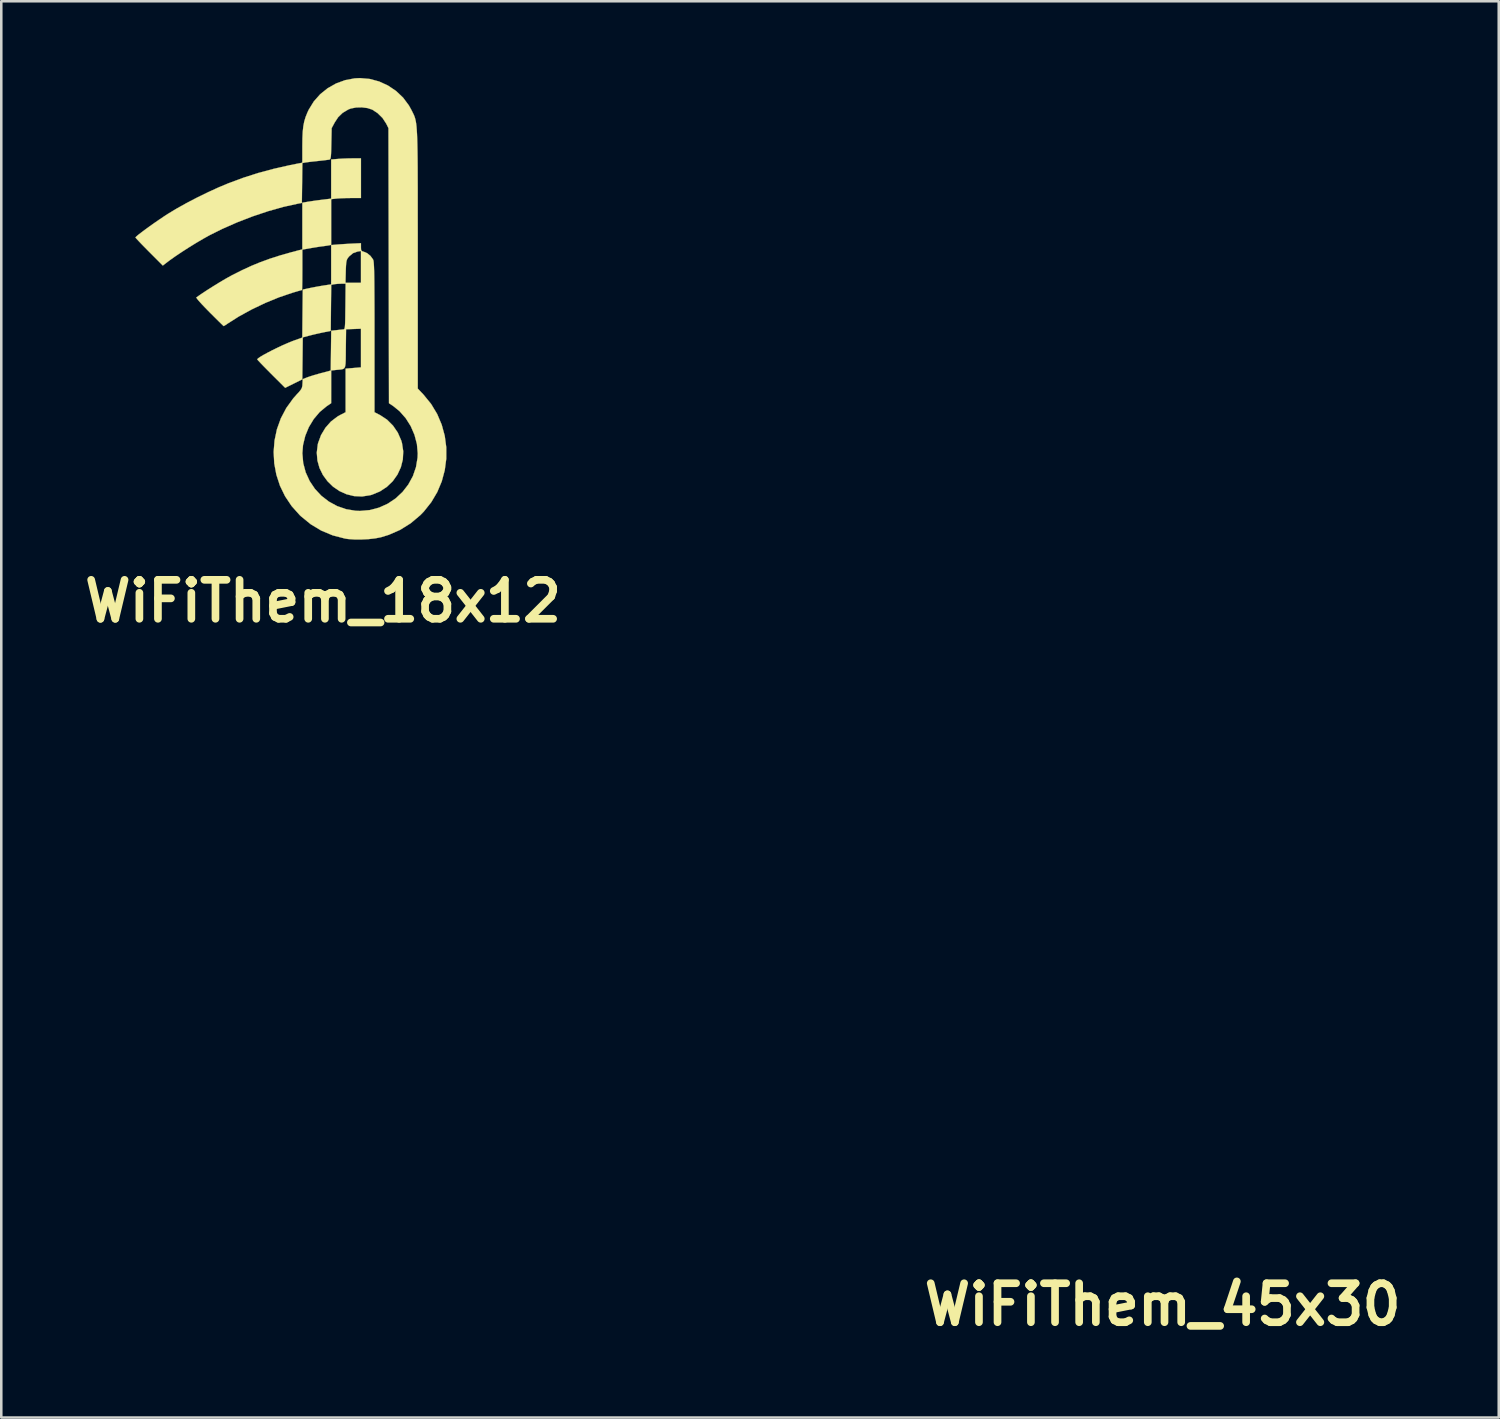
<source format=kicad_pcb>
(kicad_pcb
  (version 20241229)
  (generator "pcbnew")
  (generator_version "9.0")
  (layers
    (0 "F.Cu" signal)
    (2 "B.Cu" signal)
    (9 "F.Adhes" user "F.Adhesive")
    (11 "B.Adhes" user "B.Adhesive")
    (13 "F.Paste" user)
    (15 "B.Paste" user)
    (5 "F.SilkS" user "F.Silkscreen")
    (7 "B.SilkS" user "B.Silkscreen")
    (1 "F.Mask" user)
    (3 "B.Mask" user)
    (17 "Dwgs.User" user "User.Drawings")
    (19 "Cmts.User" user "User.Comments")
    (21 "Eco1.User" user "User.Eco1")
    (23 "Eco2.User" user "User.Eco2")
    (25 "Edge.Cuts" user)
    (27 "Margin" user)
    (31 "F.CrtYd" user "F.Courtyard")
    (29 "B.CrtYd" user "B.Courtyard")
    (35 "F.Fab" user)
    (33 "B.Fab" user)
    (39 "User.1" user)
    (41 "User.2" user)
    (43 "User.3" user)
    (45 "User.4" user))
  (footprint "WiFiThem_18x12"
    (layer "F.Cu")
    (at 8.317 9.035)
    (property "Reference" "WiFiThem_18x12" (at 1.27 11.43 0) (layer "F.SilkS") (effects (font (size 1.524 1.524) (thickness 0.3))))
    (attr through_hole)
    (fp_poly (pts (xy 2.752 -4.339) (xy 2.355 -4.339) (xy 2.172 -4.337) (xy 1.994 -4.331) (xy 1.845 -4.323) (xy 1.773 -4.316) (xy 1.587 -4.294) (xy 1.587 -2.506) (xy 1.508 -2.49) (xy 1.426 -2.476) (xy 1.309 -2.459) (xy 1.252 -2.452) (xy 1.133 -2.436) (xy 0.974 -2.411) (xy 0.806 -2.383) (xy 0.767 -2.376) (xy 0.459 -2.321) (xy 0.459 -1.531) (xy 0.458 -1.303) (xy 0.457 -1.101) (xy 0.454 -0.935) (xy 0.451 -0.814) (xy 0.447 -0.749) (xy 0.446 -0.741) (xy 0.408 -0.731) (xy 0.318 -0.706) (xy 0.19 -0.669) (xy 0.075 -0.635) (xy -0.448 -0.458) (xy -0.987 -0.237) (xy -1.521 0.018) (xy -2.028 0.296) (xy -2.458 0.569) (xy -2.544 0.627) (xy -2.603 0.663) (xy -2.617 0.67) (xy -2.645 0.646) (xy -2.714 0.58) (xy -2.819 0.477) (xy -2.951 0.346) (xy -3.104 0.194) (xy -3.175 0.123) (xy -3.339 -0.045) (xy -3.479 -0.192) (xy -3.587 -0.312) (xy -3.659 -0.399) (xy -3.687 -0.445) (xy -3.687 -0.451) (xy -3.501 -0.58) (xy -3.275 -0.73) (xy -3.027 -0.887) (xy -2.776 -1.042) (xy -2.54 -1.181) (xy -2.338 -1.294) (xy -2.293 -1.318) (xy -1.906 -1.513) (xy -1.541 -1.682) (xy -1.18 -1.831) (xy -0.808 -1.966) (xy -0.408 -2.094) (xy 0.036 -2.22) (xy 0.309 -2.292) (xy 0.459 -2.331) (xy 0.459 -4.156) (xy 0.679 -4.194) (xy 0.817 -4.215) (xy 0.994 -4.241) (xy 1.179 -4.265) (xy 1.244 -4.273) (xy 1.587 -4.315) (xy 1.587 -5.846) (xy 1.857 -5.869) (xy 2.029 -5.88) (xy 2.231 -5.888) (xy 2.421 -5.891) (xy 2.439 -5.891) (xy 2.752 -5.891) (xy 2.752 -4.339)) (stroke (width 0.01) (type solid)) (fill yes) (layer "F.SilkS"))
    (fp_poly (pts (xy 3.097 -8.996) (xy 3.464 -8.897) (xy 3.809 -8.739) (xy 4.124 -8.527) (xy 4.399 -8.267) (xy 4.626 -7.963) (xy 4.721 -7.792) (xy 4.755 -7.725) (xy 4.785 -7.664) (xy 4.813 -7.607) (xy 4.838 -7.55) (xy 4.86 -7.488) (xy 4.879 -7.419) (xy 4.897 -7.339) (xy 4.912 -7.244) (xy 4.925 -7.131) (xy 4.935 -6.995) (xy 4.945 -6.835) (xy 4.952 -6.645) (xy 4.958 -6.422) (xy 4.963 -6.163) (xy 4.967 -5.865) (xy 4.97 -5.523) (xy 4.971 -5.133) (xy 4.973 -4.694) (xy 4.973 -4.2) (xy 4.973 -3.648) (xy 4.974 -3.035) (xy 4.974 -2.357) (xy 4.974 -1.945) (xy 4.974 3.114) (xy 5.199 3.352) (xy 5.496 3.716) (xy 5.734 4.111) (xy 5.911 4.529) (xy 6.03 4.965) (xy 6.089 5.411) (xy 6.089 5.86) (xy 6.03 6.306) (xy 5.913 6.743) (xy 5.737 7.163) (xy 5.502 7.559) (xy 5.21 7.926) (xy 5.075 8.065) (xy 4.697 8.383) (xy 4.286 8.64) (xy 3.839 8.836) (xy 3.533 8.93) (xy 3.314 8.973) (xy 3.052 9.003) (xy 2.77 9.017) (xy 2.494 9.016) (xy 2.247 8.999) (xy 2.129 8.981) (xy 1.647 8.856) (xy 1.201 8.67) (xy 0.788 8.422) (xy 0.407 8.111) (xy 0.358 8.065) (xy 0.043 7.713) (xy -0.215 7.328) (xy -0.415 6.917) (xy -0.556 6.486) (xy -0.639 6.043) (xy -0.663 5.594) (xy -0.628 5.147) (xy -0.535 4.706) (xy -0.382 4.281) (xy -0.169 3.876) (xy 0.103 3.499) (xy 0.231 3.354) (xy 0.338 3.239) (xy 0.404 3.155) (xy 0.441 3.086) (xy 0.459 3.011) (xy 0.465 2.931) (xy 0.476 2.744) (xy 0.653 2.675) (xy 0.763 2.637) (xy 0.918 2.588) (xy 1.093 2.538) (xy 1.199 2.508) (xy 1.57 2.41) (xy 1.589 0.852) (xy 1.791 0.83) (xy 1.915 0.816) (xy 2.02 0.805) (xy 2.064 0.801) (xy 2.085 0.796) (xy 2.102 0.781) (xy 2.115 0.748) (xy 2.124 0.689) (xy 2.131 0.595) (xy 2.136 0.458) (xy 2.139 0.27) (xy 2.142 0.024) (xy 2.144 -0.097) (xy 2.153 -0.988) (xy 1.981 -0.988) (xy 1.851 -0.983) (xy 1.732 -0.971) (xy 1.698 -0.966) (xy 1.589 -0.944) (xy 1.579 -0.043) (xy 1.57 0.857) (xy 1.252 0.922) (xy 1.075 0.96) (xy 0.89 1.003) (xy 0.733 1.042) (xy 0.706 1.05) (xy 0.476 1.112) (xy 0.467 1.933) (xy 0.457 2.753) (xy 0.123 2.919) (xy -0.212 3.085) (xy -0.759 2.54) (xy -0.918 2.379) (xy -1.059 2.236) (xy -1.175 2.116) (xy -1.258 2.028) (xy -1.301 1.978) (xy -1.305 1.971) (xy -1.275 1.935) (xy -1.189 1.875) (xy -1.06 1.798) (xy -0.897 1.709) (xy -0.71 1.612) (xy -0.509 1.514) (xy -0.306 1.418) (xy -0.109 1.332) (xy 0.07 1.259) (xy 0.142 1.233) (xy 0.457 1.12) (xy 0.476 -0.758) (xy 0.758 -0.819) (xy 0.941 -0.855) (xy 1.144 -0.892) (xy 1.314 -0.92) (xy 1.587 -0.961) (xy 1.587 -1.023) (xy 2.146 -1.023) (xy 2.752 -1.023) (xy 2.752 -2.267) (xy 2.62 -2.246) (xy 2.444 -2.184) (xy 2.292 -2.058) (xy 2.242 -1.997) (xy 2.211 -1.946) (xy 2.189 -1.883) (xy 2.174 -1.793) (xy 2.165 -1.662) (xy 2.158 -1.475) (xy 2.158 -1.462) (xy 2.146 -1.023) (xy 1.587 -1.023) (xy 1.587 -2.499) (xy 1.808 -2.518) (xy 1.943 -2.528) (xy 2.12 -2.54) (xy 2.308 -2.551) (xy 2.39 -2.555) (xy 2.752 -2.572) (xy 2.752 -2.418) (xy 2.756 -2.32) (xy 2.778 -2.271) (xy 2.831 -2.246) (xy 2.858 -2.24) (xy 2.995 -2.181) (xy 3.123 -2.076) (xy 3.218 -1.947) (xy 3.233 -1.917) (xy 3.242 -1.884) (xy 3.249 -1.83) (xy 3.256 -1.75) (xy 3.262 -1.639) (xy 3.267 -1.493) (xy 3.271 -1.309) (xy 3.274 -1.081) (xy 3.276 -0.806) (xy 3.278 -0.48) (xy 3.28 -0.098) (xy 3.281 0.345) (xy 3.281 0.852) (xy 3.281 1.119) (xy 3.281 4.039) (xy 3.507 4.156) (xy 3.774 4.332) (xy 4.005 4.563) (xy 4.192 4.836) (xy 4.326 5.141) (xy 4.357 5.246) (xy 4.406 5.568) (xy 4.39 5.886) (xy 4.313 6.192) (xy 4.18 6.478) (xy 3.996 6.737) (xy 3.765 6.959) (xy 3.493 7.138) (xy 3.184 7.266) (xy 3.115 7.285) (xy 2.795 7.335) (xy 2.484 7.32) (xy 2.186 7.247) (xy 1.91 7.122) (xy 1.66 6.951) (xy 1.443 6.739) (xy 1.264 6.494) (xy 1.131 6.222) (xy 1.049 5.928) (xy 1.024 5.618) (xy 1.063 5.299) (xy 1.076 5.246) (xy 1.191 4.933) (xy 1.362 4.648) (xy 1.579 4.402) (xy 1.836 4.207) (xy 1.926 4.156) (xy 2.152 4.039) (xy 2.152 3.187) (xy 2.152 2.335) (xy 2.452 2.31) (xy 2.752 2.285) (xy 2.752 0.773) (xy 2.461 0.784) (xy 2.17 0.794) (xy 2.16 1.559) (xy 2.158 1.814) (xy 2.155 2.008) (xy 2.148 2.149) (xy 2.133 2.246) (xy 2.107 2.308) (xy 2.065 2.343) (xy 2.004 2.362) (xy 1.92 2.372) (xy 1.809 2.382) (xy 1.808 2.382) (xy 1.587 2.406) (xy 1.587 3.046) (xy 1.586 3.687) (xy 1.408 3.807) (xy 1.138 4.031) (xy 0.905 4.306) (xy 0.714 4.621) (xy 0.573 4.964) (xy 0.486 5.322) (xy 0.46 5.644) (xy 0.493 6.028) (xy 0.59 6.392) (xy 0.745 6.731) (xy 0.951 7.038) (xy 1.202 7.307) (xy 1.494 7.533) (xy 1.82 7.711) (xy 2.173 7.833) (xy 2.549 7.895) (xy 2.716 7.901) (xy 3.1 7.867) (xy 3.464 7.77) (xy 3.803 7.616) (xy 4.11 7.41) (xy 4.379 7.158) (xy 4.605 6.867) (xy 4.783 6.541) (xy 4.905 6.188) (xy 4.967 5.812) (xy 4.973 5.644) (xy 4.941 5.283) (xy 4.847 4.926) (xy 4.7 4.585) (xy 4.504 4.274) (xy 4.266 4.003) (xy 4.026 3.807) (xy 3.848 3.687) (xy 3.838 -1.693) (xy 3.828 -7.073) (xy 3.74 -7.25) (xy 3.595 -7.471) (xy 3.401 -7.662) (xy 3.193 -7.797) (xy 3.008 -7.858) (xy 2.789 -7.886) (xy 2.564 -7.881) (xy 2.357 -7.841) (xy 2.257 -7.803) (xy 2.034 -7.669) (xy 1.86 -7.501) (xy 1.726 -7.296) (xy 1.606 -7.073) (xy 1.593 -6.464) (xy 1.588 -6.244) (xy 1.583 -6.084) (xy 1.576 -5.975) (xy 1.566 -5.906) (xy 1.552 -5.867) (xy 1.531 -5.848) (xy 1.505 -5.84) (xy 1.439 -5.831) (xy 1.322 -5.816) (xy 1.171 -5.799) (xy 1.042 -5.785) (xy 0.873 -5.767) (xy 0.722 -5.749) (xy 0.608 -5.734) (xy 0.557 -5.726) (xy 0.46 -5.706) (xy 0.441 -4.147) (xy 0.282 -4.118) (xy -0.279 -3.994) (xy -0.873 -3.827) (xy -1.482 -3.623) (xy -2.089 -3.389) (xy -2.674 -3.131) (xy -3.174 -2.882) (xy -3.421 -2.744) (xy -3.695 -2.583) (xy -3.98 -2.407) (xy -4.26 -2.227) (xy -4.516 -2.055) (xy -4.733 -1.901) (xy -4.799 -1.851) (xy -4.998 -1.698) (xy -5.533 -2.234) (xy -5.69 -2.393) (xy -5.83 -2.536) (xy -5.943 -2.655) (xy -6.024 -2.742) (xy -6.064 -2.789) (xy -6.068 -2.796) (xy -6.04 -2.829) (xy -5.963 -2.896) (xy -5.844 -2.988) (xy -5.695 -3.1) (xy -5.522 -3.226) (xy -5.336 -3.358) (xy -5.145 -3.49) (xy -4.958 -3.616) (xy -4.798 -3.72) (xy -4.455 -3.927) (xy -4.064 -4.145) (xy -3.644 -4.364) (xy -3.215 -4.573) (xy -2.796 -4.764) (xy -2.434 -4.915) (xy -1.855 -5.13) (xy -1.272 -5.317) (xy -0.665 -5.48) (xy -0.016 -5.627) (xy 0.256 -5.681) (xy 0.459 -5.72) (xy 0.459 -6.361) (xy 0.463 -6.675) (xy 0.475 -6.932) (xy 0.498 -7.147) (xy 0.534 -7.333) (xy 0.586 -7.506) (xy 0.656 -7.68) (xy 0.71 -7.795) (xy 0.907 -8.116) (xy 1.156 -8.397) (xy 1.45 -8.634) (xy 1.779 -8.82) (xy 2.135 -8.95) (xy 2.509 -9.02) (xy 2.716 -9.03) (xy 3.097 -8.996)) (stroke (width 0.01) (type solid)) (fill yes) (layer "F.SilkS")))
  (footprint "WiFiThem_45x30"
    (layer "F.Cu")
    (at 37.348 22.58)
    (property "Reference" "WiFiThem_45x30" (at 5.08 25.4 0) (layer "F.SilkS") (effects (font (size 1.524 1.524) (thickness 0.3))))
    (attr through_hole)
    (fp_poly (pts (xy 6.879 -10.848) (xy 5.887 -10.847) (xy 5.429 -10.842) (xy 4.984 -10.828) (xy 4.613 -10.807) (xy 4.432 -10.791) (xy 3.969 -10.735) (xy 3.969 -6.265) (xy 3.77 -6.224) (xy 3.565 -6.189) (xy 3.273 -6.148) (xy 3.131 -6.13) (xy 2.832 -6.089) (xy 2.435 -6.027) (xy 2.014 -5.957) (xy 1.918 -5.94) (xy 1.147 -5.803) (xy 1.147 -3.827) (xy 1.145 -3.258) (xy 1.141 -2.754) (xy 1.135 -2.338) (xy 1.128 -2.036) (xy 1.119 -1.873) (xy 1.114 -1.852) (xy 1.021 -1.829) (xy 0.796 -1.765) (xy 0.475 -1.671) (xy 0.187 -1.586) (xy -1.12 -1.145) (xy -2.469 -0.593) (xy -3.804 0.044) (xy -5.07 0.74) (xy -6.145 1.423) (xy -6.361 1.567) (xy -6.508 1.659) (xy -6.543 1.676) (xy -6.611 1.616) (xy -6.785 1.449) (xy -7.047 1.193) (xy -7.378 0.865) (xy -7.761 0.484) (xy -7.939 0.306) (xy -8.349 -0.111) (xy -8.697 -0.479) (xy -8.968 -0.78) (xy -9.147 -0.997) (xy -9.219 -1.113) (xy -9.216 -1.127) (xy -8.752 -1.451) (xy -8.187 -1.824) (xy -7.568 -2.218) (xy -6.94 -2.604) (xy -6.35 -2.953) (xy -5.846 -3.236) (xy -5.733 -3.296) (xy -4.765 -3.783) (xy -3.852 -4.205) (xy -2.951 -4.578) (xy -2.021 -4.916) (xy -1.021 -5.235) (xy 0.09 -5.551) (xy 0.772 -5.731) (xy 1.147 -5.828) (xy 1.147 -10.389) (xy 1.698 -10.484) (xy 2.042 -10.538) (xy 2.485 -10.602) (xy 2.948 -10.663) (xy 3.109 -10.683) (xy 3.969 -10.788) (xy 3.969 -14.614) (xy 4.644 -14.671) (xy 5.073 -14.699) (xy 5.577 -14.72) (xy 6.054 -14.728) (xy 6.099 -14.728) (xy 6.879 -14.728) (xy 6.879 -10.848)) (stroke (width 0.01) (type solid)) (fill yes) (layer "F.Mask"))
    (fp_poly (pts (xy 7.743 -22.489) (xy 8.661 -22.243) (xy 9.524 -21.848) (xy 10.31 -21.318) (xy 10.997 -20.667) (xy 11.564 -19.908) (xy 11.802 -19.479) (xy 11.887 -19.311) (xy 11.963 -19.161) (xy 12.033 -19.018) (xy 12.095 -18.874) (xy 12.15 -18.721) (xy 12.199 -18.548) (xy 12.242 -18.347) (xy 12.279 -18.11) (xy 12.311 -17.827) (xy 12.339 -17.488) (xy 12.362 -17.087) (xy 12.381 -16.612) (xy 12.396 -16.055) (xy 12.408 -15.408) (xy 12.417 -14.662) (xy 12.424 -13.806) (xy 12.428 -12.834) (xy 12.431 -11.734) (xy 12.433 -10.5) (xy 12.434 -9.12) (xy 12.434 -7.588) (xy 12.434 -5.893) (xy 12.434 -4.861) (xy 12.435 7.784) (xy 12.999 8.381) (xy 13.741 9.291) (xy 14.334 10.277) (xy 14.778 11.323) (xy 15.074 12.412) (xy 15.222 13.527) (xy 15.222 14.65) (xy 15.075 15.766) (xy 14.781 16.857) (xy 14.341 17.907) (xy 13.756 18.898) (xy 13.025 19.815) (xy 12.686 20.162) (xy 11.743 20.957) (xy 10.715 21.599) (xy 9.597 22.09) (xy 8.832 22.326) (xy 8.285 22.433) (xy 7.629 22.507) (xy 6.925 22.543) (xy 6.234 22.541) (xy 5.618 22.498) (xy 5.322 22.453) (xy 4.117 22.14) (xy 3.002 21.674) (xy 1.971 21.055) (xy 1.017 20.277) (xy 0.896 20.162) (xy 0.106 19.282) (xy -0.538 18.319) (xy -1.037 17.291) (xy -1.39 16.215) (xy -1.597 15.108) (xy -1.658 13.986) (xy -1.571 12.866) (xy -1.336 11.766) (xy -0.954 10.701) (xy -0.423 9.69) (xy 0.257 8.748) (xy 0.578 8.386) (xy 0.844 8.098) (xy 1.011 7.889) (xy 1.103 7.714) (xy 1.146 7.528) (xy 1.163 7.328) (xy 1.191 6.861) (xy 1.632 6.689) (xy 1.908 6.592) (xy 2.295 6.471) (xy 2.732 6.344) (xy 2.999 6.271) (xy 3.925 6.025) (xy 3.948 4.077) (xy 3.972 2.129) (xy 4.478 2.074) (xy 4.788 2.04) (xy 5.049 2.013) (xy 5.159 2.002) (xy 5.214 1.99) (xy 5.256 1.953) (xy 5.287 1.87) (xy 5.311 1.722) (xy 5.328 1.486) (xy 5.339 1.145) (xy 5.348 0.675) (xy 5.356 0.059) (xy 5.359 -0.243) (xy 5.383 -2.469) (xy 4.951 -2.469) (xy 4.628 -2.458) (xy 4.33 -2.429) (xy 4.246 -2.415) (xy 3.972 -2.36) (xy 3.925 2.142) (xy 3.131 2.305) (xy 2.687 2.4) (xy 2.226 2.507) (xy 1.833 2.605) (xy 1.764 2.624) (xy 1.191 2.781) (xy 1.167 4.831) (xy 1.143 6.882) (xy 0.306 7.298) (xy -0.531 7.713) (xy -1.897 6.349) (xy -2.296 5.949) (xy -2.648 5.589) (xy -2.938 5.29) (xy -3.145 5.069) (xy -3.252 4.946) (xy -3.263 4.928) (xy -3.187 4.836) (xy -2.974 4.688) (xy -2.65 4.495) (xy -2.242 4.271) (xy -1.775 4.03) (xy -1.274 3.784) (xy -0.765 3.546) (xy -0.273 3.33) (xy 0.175 3.148) (xy 0.354 3.082) (xy 1.144 2.799) (xy 1.191 -1.896) (xy 1.896 -2.047) (xy 2.354 -2.138) (xy 2.861 -2.23) (xy 3.285 -2.3) (xy 3.969 -2.402) (xy 3.969 -2.558) (xy 5.365 -2.558) (xy 6.879 -2.558) (xy 6.879 -5.668) (xy 6.551 -5.614) (xy 6.111 -5.46) (xy 5.729 -5.144) (xy 5.606 -4.993) (xy 5.527 -4.866) (xy 5.472 -4.708) (xy 5.436 -4.482) (xy 5.412 -4.154) (xy 5.396 -3.688) (xy 5.395 -3.654) (xy 5.365 -2.558) (xy 3.969 -2.558) (xy 3.969 -6.248) (xy 4.52 -6.295) (xy 4.859 -6.321) (xy 5.3 -6.35) (xy 5.77 -6.377) (xy 5.975 -6.387) (xy 6.879 -6.431) (xy 6.879 -6.045) (xy 6.89 -5.801) (xy 6.945 -5.677) (xy 7.079 -5.616) (xy 7.146 -5.6) (xy 7.486 -5.452) (xy 7.808 -5.189) (xy 8.046 -4.868) (xy 8.082 -4.791) (xy 8.104 -4.711) (xy 8.123 -4.576) (xy 8.14 -4.375) (xy 8.155 -4.097) (xy 8.167 -3.734) (xy 8.177 -3.272) (xy 8.185 -2.704) (xy 8.191 -2.016) (xy 8.196 -1.2) (xy 8.199 -0.244) (xy 8.201 0.862) (xy 8.202 2.129) (xy 8.202 2.797) (xy 8.203 10.098) (xy 8.767 10.39) (xy 9.434 10.831) (xy 10.013 11.407) (xy 10.48 12.091) (xy 10.816 12.853) (xy 10.893 13.114) (xy 11.016 13.919) (xy 10.975 14.714) (xy 10.783 15.48) (xy 10.45 16.195) (xy 9.989 16.841) (xy 9.412 17.398) (xy 8.732 17.846) (xy 7.96 18.164) (xy 7.788 18.213) (xy 6.988 18.337) (xy 6.209 18.3) (xy 5.466 18.118) (xy 4.774 17.805) (xy 4.149 17.377) (xy 3.606 16.849) (xy 3.161 16.236) (xy 2.828 15.554) (xy 2.622 14.819) (xy 2.56 14.045) (xy 2.657 13.247) (xy 2.689 13.114) (xy 2.977 12.332) (xy 3.404 11.619) (xy 3.949 11.005) (xy 4.589 10.517) (xy 4.815 10.39) (xy 5.379 10.098) (xy 5.38 7.967) (xy 5.38 5.837) (xy 6.13 5.774) (xy 6.879 5.712) (xy 6.879 1.933) (xy 6.152 1.959) (xy 5.424 1.984) (xy 5.4 3.897) (xy 5.394 4.535) (xy 5.387 5.02) (xy 5.37 5.372) (xy 5.333 5.614) (xy 5.267 5.769) (xy 5.162 5.859) (xy 5.009 5.905) (xy 4.799 5.93) (xy 4.521 5.955) (xy 4.52 5.955) (xy 3.969 6.015) (xy 3.964 9.216) (xy 3.519 9.519) (xy 2.845 10.078) (xy 2.262 10.766) (xy 1.786 11.553) (xy 1.431 12.409) (xy 1.214 13.304) (xy 1.15 14.111) (xy 1.234 15.071) (xy 1.476 15.981) (xy 1.862 16.827) (xy 2.377 17.594) (xy 3.006 18.268) (xy 3.735 18.834) (xy 4.549 19.277) (xy 5.433 19.583) (xy 6.373 19.737) (xy 6.791 19.752) (xy 7.75 19.668) (xy 8.661 19.426) (xy 9.507 19.04) (xy 10.274 18.525) (xy 10.948 17.896) (xy 11.514 17.167) (xy 11.957 16.353) (xy 12.263 15.469) (xy 12.417 14.529) (xy 12.432 14.111) (xy 12.351 13.207) (xy 12.118 12.314) (xy 11.75 11.463) (xy 11.26 10.685) (xy 10.666 10.008) (xy 10.064 9.519) (xy 9.619 9.216) (xy 9.569 -17.683) (xy 9.351 -18.124) (xy 8.988 -18.678) (xy 8.504 -19.156) (xy 7.982 -19.492) (xy 7.52 -19.645) (xy 6.974 -19.715) (xy 6.409 -19.701) (xy 5.893 -19.603) (xy 5.642 -19.507) (xy 5.084 -19.172) (xy 4.651 -18.752) (xy 4.316 -18.241) (xy 4.015 -17.683) (xy 3.983 -16.161) (xy 3.971 -15.61) (xy 3.958 -15.21) (xy 3.941 -14.936) (xy 3.916 -14.764) (xy 3.879 -14.667) (xy 3.828 -14.621) (xy 3.762 -14.601) (xy 3.598 -14.577) (xy 3.305 -14.54) (xy 2.926 -14.497) (xy 2.604 -14.463) (xy 2.184 -14.418) (xy 1.806 -14.373) (xy 1.519 -14.335) (xy 1.393 -14.315) (xy 1.15 -14.266) (xy 1.126 -12.317) (xy 1.102 -10.368) (xy 0.706 -10.294) (xy -0.698 -9.984) (xy -2.183 -9.567) (xy -3.706 -9.057) (xy -5.222 -8.473) (xy -6.686 -7.828) (xy -7.934 -7.204) (xy -8.551 -6.861) (xy -9.237 -6.457) (xy -9.951 -6.017) (xy -10.649 -5.568) (xy -11.29 -5.138) (xy -11.833 -4.752) (xy -11.999 -4.627) (xy -12.494 -4.246) (xy -13.832 -5.586) (xy -14.226 -5.983) (xy -14.574 -6.34) (xy -14.858 -6.636) (xy -15.06 -6.854) (xy -15.161 -6.974) (xy -15.169 -6.989) (xy -15.1 -7.073) (xy -14.906 -7.239) (xy -14.611 -7.47) (xy -14.237 -7.751) (xy -13.805 -8.065) (xy -13.34 -8.395) (xy -12.862 -8.725) (xy -12.395 -9.039) (xy -11.994 -9.3) (xy -11.137 -9.818) (xy -10.16 -10.363) (xy -9.111 -10.91) (xy -8.038 -11.433) (xy -6.991 -11.91) (xy -6.085 -12.288) (xy -4.638 -12.825) (xy -3.18 -13.291) (xy -1.663 -13.701) (xy -0.04 -14.067) (xy 0.639 -14.202) (xy 1.147 -14.3) (xy 1.148 -15.903) (xy 1.157 -16.686) (xy 1.187 -17.329) (xy 1.244 -17.866) (xy 1.335 -18.334) (xy 1.464 -18.766) (xy 1.639 -19.199) (xy 1.776 -19.488) (xy 2.267 -20.29) (xy 2.891 -20.993) (xy 3.625 -21.585) (xy 4.448 -22.05) (xy 5.337 -22.376) (xy 6.271 -22.549) (xy 6.791 -22.575) (xy 7.743 -22.489)) (stroke (width 0.01) (type solid)) (fill yes) (layer "F.Mask")))
  (gr_rect
    (start -3 -3)
    (end 55.575 52.398)
    (stroke (width 0.1) (type default))
    (fill no)
    (layer "Edge.Cuts")))
</source>
